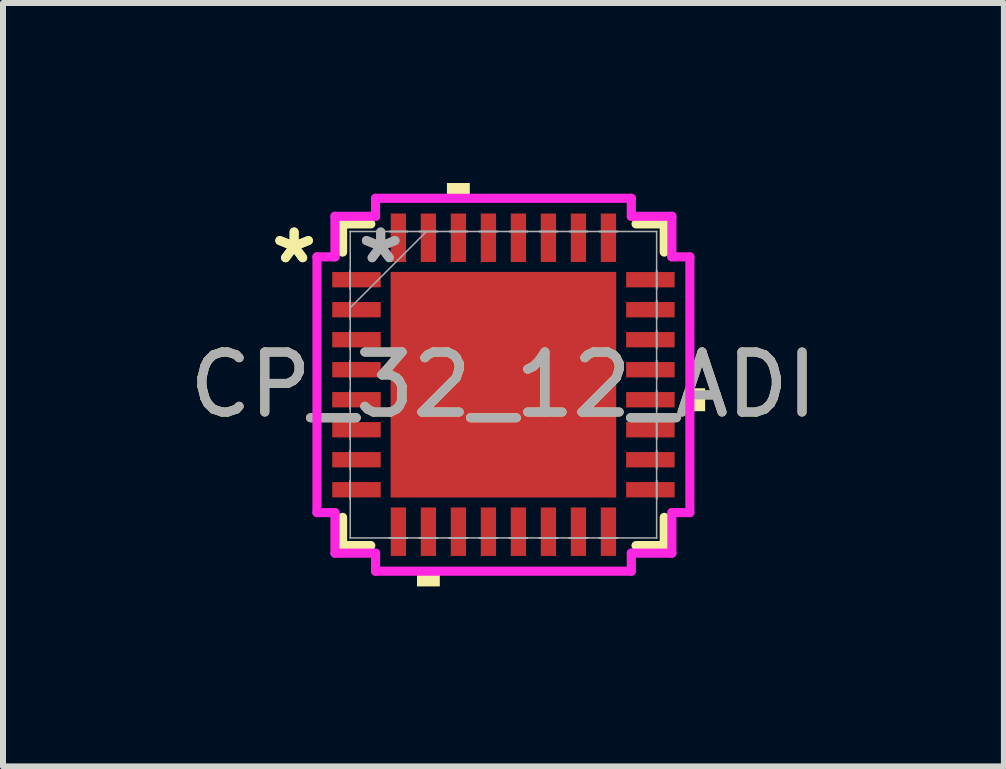
<source format=kicad_pcb>
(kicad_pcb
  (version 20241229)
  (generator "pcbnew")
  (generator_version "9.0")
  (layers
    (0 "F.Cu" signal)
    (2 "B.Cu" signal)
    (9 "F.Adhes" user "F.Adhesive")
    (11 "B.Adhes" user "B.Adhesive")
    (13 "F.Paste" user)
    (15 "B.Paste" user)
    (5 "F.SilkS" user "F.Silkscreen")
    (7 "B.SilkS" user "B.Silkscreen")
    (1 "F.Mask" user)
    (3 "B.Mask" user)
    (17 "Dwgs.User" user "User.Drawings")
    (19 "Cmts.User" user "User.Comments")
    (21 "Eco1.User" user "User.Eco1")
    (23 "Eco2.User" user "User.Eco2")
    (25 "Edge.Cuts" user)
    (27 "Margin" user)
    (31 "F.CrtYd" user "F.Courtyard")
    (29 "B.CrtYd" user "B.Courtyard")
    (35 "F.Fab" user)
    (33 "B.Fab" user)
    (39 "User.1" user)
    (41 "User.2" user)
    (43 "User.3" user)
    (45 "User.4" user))
  (footprint "CP_32_12_ADI"
    (layer "F.Cu")
    (at 5.339 3.361)
    (property "Reference" "CP_32_12_ADI" (at 0 0 0) (unlocked yes) (layer "F.SilkS") (effects (font (size 1 1) (thickness 0.15))))
    (attr smd)
    (fp_line (start -2.68 -2.68) (end -2.68 -2.21) (stroke (width 0.152) (type solid)) (layer "F.SilkS"))
    (fp_line (start -2.68 2.21) (end -2.68 2.68) (stroke (width 0.152) (type solid)) (layer "F.SilkS"))
    (fp_line (start -2.68 2.68) (end -2.21 2.68) (stroke (width 0.152) (type solid)) (layer "F.SilkS"))
    (fp_line (start -2.21 -2.68) (end -2.68 -2.68) (stroke (width 0.152) (type solid)) (layer "F.SilkS"))
    (fp_line (start 2.21 2.68) (end 2.68 2.68) (stroke (width 0.152) (type solid)) (layer "F.SilkS"))
    (fp_line (start 2.68 -2.68) (end 2.21 -2.68) (stroke (width 0.152) (type solid)) (layer "F.SilkS"))
    (fp_line (start 2.68 -2.21) (end 2.68 -2.68) (stroke (width 0.152) (type solid)) (layer "F.SilkS"))
    (fp_line (start 2.68 2.68) (end 2.68 2.21) (stroke (width 0.152) (type solid)) (layer "F.SilkS"))
    (fp_poly (pts (xy -1.44 3.107) (xy -1.44 3.361) (xy -1.06 3.361) (xy -1.06 3.107)) (stroke (width 0) (type solid)) (fill yes) (layer "F.SilkS"))
    (fp_poly (pts (xy -0.941 -3.107) (xy -0.941 -3.361) (xy -0.56 -3.361) (xy -0.56 -3.107)) (stroke (width 0) (type solid)) (fill yes) (layer "F.SilkS"))
    (fp_poly (pts (xy 3.361 0.059) (xy 3.361 0.441) (xy 3.107 0.441) (xy 3.107 0.059)) (stroke (width 0) (type solid)) (fill yes) (layer "F.SilkS"))
    (fp_poly (pts (xy -1.78 -1.78) (xy -1.78 -0.1) (xy -0.1 -0.1) (xy -0.1 -1.78)) (stroke (width 0) (type solid)) (fill yes) (layer "F.Paste"))
    (fp_poly (pts (xy -1.78 0.1) (xy -1.78 1.78) (xy -0.1 1.78) (xy -0.1 0.1)) (stroke (width 0) (type solid)) (fill yes) (layer "F.Paste"))
    (fp_poly (pts (xy 0.1 -1.78) (xy 0.1 -0.1) (xy 1.78 -0.1) (xy 1.78 -1.78)) (stroke (width 0) (type solid)) (fill yes) (layer "F.Paste"))
    (fp_poly (pts (xy 0.1 0.1) (xy 0.1 1.78) (xy 1.78 1.78) (xy 1.78 0.1)) (stroke (width 0) (type solid)) (fill yes) (layer "F.Paste"))
    (fp_line (start -3.107 -2.131) (end -2.807 -2.131) (stroke (width 0.152) (type solid)) (layer "F.CrtYd"))
    (fp_line (start -3.107 2.131) (end -3.107 -2.131) (stroke (width 0.152) (type solid)) (layer "F.CrtYd"))
    (fp_line (start -2.807 -2.807) (end -2.131 -2.807) (stroke (width 0.152) (type solid)) (layer "F.CrtYd"))
    (fp_line (start -2.807 -2.131) (end -2.807 -2.807) (stroke (width 0.152) (type solid)) (layer "F.CrtYd"))
    (fp_line (start -2.807 2.131) (end -3.107 2.131) (stroke (width 0.152) (type solid)) (layer "F.CrtYd"))
    (fp_line (start -2.807 2.807) (end -2.807 2.131) (stroke (width 0.152) (type solid)) (layer "F.CrtYd"))
    (fp_line (start -2.131 -3.107) (end 2.131 -3.107) (stroke (width 0.152) (type solid)) (layer "F.CrtYd"))
    (fp_line (start -2.131 -2.807) (end -2.131 -3.107) (stroke (width 0.152) (type solid)) (layer "F.CrtYd"))
    (fp_line (start -2.131 2.807) (end -2.807 2.807) (stroke (width 0.152) (type solid)) (layer "F.CrtYd"))
    (fp_line (start -2.131 3.107) (end -2.131 2.807) (stroke (width 0.152) (type solid)) (layer "F.CrtYd"))
    (fp_line (start 2.131 -3.107) (end 2.131 -2.807) (stroke (width 0.152) (type solid)) (layer "F.CrtYd"))
    (fp_line (start 2.131 -2.807) (end 2.807 -2.807) (stroke (width 0.152) (type solid)) (layer "F.CrtYd"))
    (fp_line (start 2.131 2.807) (end 2.131 3.107) (stroke (width 0.152) (type solid)) (layer "F.CrtYd"))
    (fp_line (start 2.131 3.107) (end -2.131 3.107) (stroke (width 0.152) (type solid)) (layer "F.CrtYd"))
    (fp_line (start 2.807 -2.807) (end 2.807 -2.131) (stroke (width 0.152) (type solid)) (layer "F.CrtYd"))
    (fp_line (start 2.807 -2.131) (end 3.107 -2.131) (stroke (width 0.152) (type solid)) (layer "F.CrtYd"))
    (fp_line (start 2.807 2.131) (end 2.807 2.807) (stroke (width 0.152) (type solid)) (layer "F.CrtYd"))
    (fp_line (start 2.807 2.807) (end 2.131 2.807) (stroke (width 0.152) (type solid)) (layer "F.CrtYd"))
    (fp_line (start 3.107 -2.131) (end 3.107 2.131) (stroke (width 0.152) (type solid)) (layer "F.CrtYd"))
    (fp_line (start 3.107 2.131) (end 2.807 2.131) (stroke (width 0.152) (type solid)) (layer "F.CrtYd"))
    (fp_line (start -2.553 -2.553) (end -2.553 -2.553) (stroke (width 0.025) (type solid)) (layer "F.Fab"))
    (fp_line (start -2.553 -2.553) (end -2.553 2.553) (stroke (width 0.025) (type solid)) (layer "F.Fab"))
    (fp_line (start -2.553 -1.902) (end -2.553 -1.902) (stroke (width 0.025) (type solid)) (layer "F.Fab"))
    (fp_line (start -2.553 -1.902) (end -2.553 -1.598) (stroke (width 0.025) (type solid)) (layer "F.Fab"))
    (fp_line (start -2.553 -1.598) (end -2.553 -1.902) (stroke (width 0.025) (type solid)) (layer "F.Fab"))
    (fp_line (start -2.553 -1.598) (end -2.553 -1.598) (stroke (width 0.025) (type solid)) (layer "F.Fab"))
    (fp_line (start -2.553 -1.402) (end -2.553 -1.402) (stroke (width 0.025) (type solid)) (layer "F.Fab"))
    (fp_line (start -2.553 -1.402) (end -2.553 -1.098) (stroke (width 0.025) (type solid)) (layer "F.Fab"))
    (fp_line (start -2.553 -1.283) (end -1.283 -2.553) (stroke (width 0.025) (type solid)) (layer "F.Fab"))
    (fp_line (start -2.553 -1.098) (end -2.553 -1.402) (stroke (width 0.025) (type solid)) (layer "F.Fab"))
    (fp_line (start -2.553 -1.098) (end -2.553 -1.098) (stroke (width 0.025) (type solid)) (layer "F.Fab"))
    (fp_line (start -2.553 -0.902) (end -2.553 -0.902) (stroke (width 0.025) (type solid)) (layer "F.Fab"))
    (fp_line (start -2.553 -0.902) (end -2.553 -0.598) (stroke (width 0.025) (type solid)) (layer "F.Fab"))
    (fp_line (start -2.553 -0.598) (end -2.553 -0.902) (stroke (width 0.025) (type solid)) (layer "F.Fab"))
    (fp_line (start -2.553 -0.598) (end -2.553 -0.598) (stroke (width 0.025) (type solid)) (layer "F.Fab"))
    (fp_line (start -2.553 -0.402) (end -2.553 -0.402) (stroke (width 0.025) (type solid)) (layer "F.Fab"))
    (fp_line (start -2.553 -0.402) (end -2.553 -0.098) (stroke (width 0.025) (type solid)) (layer "F.Fab"))
    (fp_line (start -2.553 -0.098) (end -2.553 -0.402) (stroke (width 0.025) (type solid)) (layer "F.Fab"))
    (fp_line (start -2.553 -0.098) (end -2.553 -0.098) (stroke (width 0.025) (type solid)) (layer "F.Fab"))
    (fp_line (start -2.553 0.098) (end -2.553 0.098) (stroke (width 0.025) (type solid)) (layer "F.Fab"))
    (fp_line (start -2.553 0.098) (end -2.553 0.402) (stroke (width 0.025) (type solid)) (layer "F.Fab"))
    (fp_line (start -2.553 0.402) (end -2.553 0.098) (stroke (width 0.025) (type solid)) (layer "F.Fab"))
    (fp_line (start -2.553 0.402) (end -2.553 0.402) (stroke (width 0.025) (type solid)) (layer "F.Fab"))
    (fp_line (start -2.553 0.598) (end -2.553 0.598) (stroke (width 0.025) (type solid)) (layer "F.Fab"))
    (fp_line (start -2.553 0.598) (end -2.553 0.902) (stroke (width 0.025) (type solid)) (layer "F.Fab"))
    (fp_line (start -2.553 0.902) (end -2.553 0.598) (stroke (width 0.025) (type solid)) (layer "F.Fab"))
    (fp_line (start -2.553 0.902) (end -2.553 0.902) (stroke (width 0.025) (type solid)) (layer "F.Fab"))
    (fp_line (start -2.553 1.098) (end -2.553 1.098) (stroke (width 0.025) (type solid)) (layer "F.Fab"))
    (fp_line (start -2.553 1.098) (end -2.553 1.402) (stroke (width 0.025) (type solid)) (layer "F.Fab"))
    (fp_line (start -2.553 1.402) (end -2.553 1.098) (stroke (width 0.025) (type solid)) (layer "F.Fab"))
    (fp_line (start -2.553 1.402) (end -2.553 1.402) (stroke (width 0.025) (type solid)) (layer "F.Fab"))
    (fp_line (start -2.553 1.598) (end -2.553 1.598) (stroke (width 0.025) (type solid)) (layer "F.Fab"))
    (fp_line (start -2.553 1.598) (end -2.553 1.902) (stroke (width 0.025) (type solid)) (layer "F.Fab"))
    (fp_line (start -2.553 1.902) (end -2.553 1.598) (stroke (width 0.025) (type solid)) (layer "F.Fab"))
    (fp_line (start -2.553 1.902) (end -2.553 1.902) (stroke (width 0.025) (type solid)) (layer "F.Fab"))
    (fp_line (start -2.553 2.553) (end -2.553 2.553) (stroke (width 0.025) (type solid)) (layer "F.Fab"))
    (fp_line (start -2.553 2.553) (end 2.553 2.553) (stroke (width 0.025) (type solid)) (layer "F.Fab"))
    (fp_line (start -1.902 -2.553) (end -1.902 -2.553) (stroke (width 0.025) (type solid)) (layer "F.Fab"))
    (fp_line (start -1.902 -2.553) (end -1.598 -2.553) (stroke (width 0.025) (type solid)) (layer "F.Fab"))
    (fp_line (start -1.902 2.553) (end -1.902 2.553) (stroke (width 0.025) (type solid)) (layer "F.Fab"))
    (fp_line (start -1.902 2.553) (end -1.598 2.553) (stroke (width 0.025) (type solid)) (layer "F.Fab"))
    (fp_line (start -1.598 -2.553) (end -1.902 -2.553) (stroke (width 0.025) (type solid)) (layer "F.Fab"))
    (fp_line (start -1.598 -2.553) (end -1.598 -2.553) (stroke (width 0.025) (type solid)) (layer "F.Fab"))
    (fp_line (start -1.598 2.553) (end -1.902 2.553) (stroke (width 0.025) (type solid)) (layer "F.Fab"))
    (fp_line (start -1.598 2.553) (end -1.598 2.553) (stroke (width 0.025) (type solid)) (layer "F.Fab"))
    (fp_line (start -1.402 -2.553) (end -1.402 -2.553) (stroke (width 0.025) (type solid)) (layer "F.Fab"))
    (fp_line (start -1.402 -2.553) (end -1.098 -2.553) (stroke (width 0.025) (type solid)) (layer "F.Fab"))
    (fp_line (start -1.402 2.553) (end -1.402 2.553) (stroke (width 0.025) (type solid)) (layer "F.Fab"))
    (fp_line (start -1.402 2.553) (end -1.098 2.553) (stroke (width 0.025) (type solid)) (layer "F.Fab"))
    (fp_line (start -1.098 -2.553) (end -1.402 -2.553) (stroke (width 0.025) (type solid)) (layer "F.Fab"))
    (fp_line (start -1.098 -2.553) (end -1.098 -2.553) (stroke (width 0.025) (type solid)) (layer "F.Fab"))
    (fp_line (start -1.098 2.553) (end -1.402 2.553) (stroke (width 0.025) (type solid)) (layer "F.Fab"))
    (fp_line (start -1.098 2.553) (end -1.098 2.553) (stroke (width 0.025) (type solid)) (layer "F.Fab"))
    (fp_line (start -0.902 -2.553) (end -0.902 -2.553) (stroke (width 0.025) (type solid)) (layer "F.Fab"))
    (fp_line (start -0.902 -2.553) (end -0.598 -2.553) (stroke (width 0.025) (type solid)) (layer "F.Fab"))
    (fp_line (start -0.902 2.553) (end -0.902 2.553) (stroke (width 0.025) (type solid)) (layer "F.Fab"))
    (fp_line (start -0.902 2.553) (end -0.598 2.553) (stroke (width 0.025) (type solid)) (layer "F.Fab"))
    (fp_line (start -0.598 -2.553) (end -0.902 -2.553) (stroke (width 0.025) (type solid)) (layer "F.Fab"))
    (fp_line (start -0.598 -2.553) (end -0.598 -2.553) (stroke (width 0.025) (type solid)) (layer "F.Fab"))
    (fp_line (start -0.598 2.553) (end -0.902 2.553) (stroke (width 0.025) (type solid)) (layer "F.Fab"))
    (fp_line (start -0.598 2.553) (end -0.598 2.553) (stroke (width 0.025) (type solid)) (layer "F.Fab"))
    (fp_line (start -0.402 -2.553) (end -0.402 -2.553) (stroke (width 0.025) (type solid)) (layer "F.Fab"))
    (fp_line (start -0.402 -2.553) (end -0.098 -2.553) (stroke (width 0.025) (type solid)) (layer "F.Fab"))
    (fp_line (start -0.402 2.553) (end -0.402 2.553) (stroke (width 0.025) (type solid)) (layer "F.Fab"))
    (fp_line (start -0.402 2.553) (end -0.098 2.553) (stroke (width 0.025) (type solid)) (layer "F.Fab"))
    (fp_line (start -0.098 -2.553) (end -0.402 -2.553) (stroke (width 0.025) (type solid)) (layer "F.Fab"))
    (fp_line (start -0.098 -2.553) (end -0.098 -2.553) (stroke (width 0.025) (type solid)) (layer "F.Fab"))
    (fp_line (start -0.098 2.553) (end -0.402 2.553) (stroke (width 0.025) (type solid)) (layer "F.Fab"))
    (fp_line (start -0.098 2.553) (end -0.098 2.553) (stroke (width 0.025) (type solid)) (layer "F.Fab"))
    (fp_line (start 0.098 -2.553) (end 0.098 -2.553) (stroke (width 0.025) (type solid)) (layer "F.Fab"))
    (fp_line (start 0.098 -2.553) (end 0.402 -2.553) (stroke (width 0.025) (type solid)) (layer "F.Fab"))
    (fp_line (start 0.098 2.553) (end 0.098 2.553) (stroke (width 0.025) (type solid)) (layer "F.Fab"))
    (fp_line (start 0.098 2.553) (end 0.402 2.553) (stroke (width 0.025) (type solid)) (layer "F.Fab"))
    (fp_line (start 0.402 -2.553) (end 0.098 -2.553) (stroke (width 0.025) (type solid)) (layer "F.Fab"))
    (fp_line (start 0.402 -2.553) (end 0.402 -2.553) (stroke (width 0.025) (type solid)) (layer "F.Fab"))
    (fp_line (start 0.402 2.553) (end 0.098 2.553) (stroke (width 0.025) (type solid)) (layer "F.Fab"))
    (fp_line (start 0.402 2.553) (end 0.402 2.553) (stroke (width 0.025) (type solid)) (layer "F.Fab"))
    (fp_line (start 0.598 -2.553) (end 0.598 -2.553) (stroke (width 0.025) (type solid)) (layer "F.Fab"))
    (fp_line (start 0.598 -2.553) (end 0.902 -2.553) (stroke (width 0.025) (type solid)) (layer "F.Fab"))
    (fp_line (start 0.598 2.553) (end 0.598 2.553) (stroke (width 0.025) (type solid)) (layer "F.Fab"))
    (fp_line (start 0.598 2.553) (end 0.902 2.553) (stroke (width 0.025) (type solid)) (layer "F.Fab"))
    (fp_line (start 0.902 -2.553) (end 0.598 -2.553) (stroke (width 0.025) (type solid)) (layer "F.Fab"))
    (fp_line (start 0.902 -2.553) (end 0.902 -2.553) (stroke (width 0.025) (type solid)) (layer "F.Fab"))
    (fp_line (start 0.902 2.553) (end 0.598 2.553) (stroke (width 0.025) (type solid)) (layer "F.Fab"))
    (fp_line (start 0.902 2.553) (end 0.902 2.553) (stroke (width 0.025) (type solid)) (layer "F.Fab"))
    (fp_line (start 1.098 -2.553) (end 1.098 -2.553) (stroke (width 0.025) (type solid)) (layer "F.Fab"))
    (fp_line (start 1.098 -2.553) (end 1.402 -2.553) (stroke (width 0.025) (type solid)) (layer "F.Fab"))
    (fp_line (start 1.098 2.553) (end 1.098 2.553) (stroke (width 0.025) (type solid)) (layer "F.Fab"))
    (fp_line (start 1.098 2.553) (end 1.402 2.553) (stroke (width 0.025) (type solid)) (layer "F.Fab"))
    (fp_line (start 1.402 -2.553) (end 1.098 -2.553) (stroke (width 0.025) (type solid)) (layer "F.Fab"))
    (fp_line (start 1.402 -2.553) (end 1.402 -2.553) (stroke (width 0.025) (type solid)) (layer "F.Fab"))
    (fp_line (start 1.402 2.553) (end 1.098 2.553) (stroke (width 0.025) (type solid)) (layer "F.Fab"))
    (fp_line (start 1.402 2.553) (end 1.402 2.553) (stroke (width 0.025) (type solid)) (layer "F.Fab"))
    (fp_line (start 1.598 -2.553) (end 1.598 -2.553) (stroke (width 0.025) (type solid)) (layer "F.Fab"))
    (fp_line (start 1.598 -2.553) (end 1.902 -2.553) (stroke (width 0.025) (type solid)) (layer "F.Fab"))
    (fp_line (start 1.598 2.553) (end 1.598 2.553) (stroke (width 0.025) (type solid)) (layer "F.Fab"))
    (fp_line (start 1.598 2.553) (end 1.902 2.553) (stroke (width 0.025) (type solid)) (layer "F.Fab"))
    (fp_line (start 1.902 -2.553) (end 1.598 -2.553) (stroke (width 0.025) (type solid)) (layer "F.Fab"))
    (fp_line (start 1.902 -2.553) (end 1.902 -2.553) (stroke (width 0.025) (type solid)) (layer "F.Fab"))
    (fp_line (start 1.902 2.553) (end 1.598 2.553) (stroke (width 0.025) (type solid)) (layer "F.Fab"))
    (fp_line (start 1.902 2.553) (end 1.902 2.553) (stroke (width 0.025) (type solid)) (layer "F.Fab"))
    (fp_line (start 2.553 -2.553) (end -2.553 -2.553) (stroke (width 0.025) (type solid)) (layer "F.Fab"))
    (fp_line (start 2.553 -2.553) (end 2.553 -2.553) (stroke (width 0.025) (type solid)) (layer "F.Fab"))
    (fp_line (start 2.553 -1.902) (end 2.553 -1.902) (stroke (width 0.025) (type solid)) (layer "F.Fab"))
    (fp_line (start 2.553 -1.902) (end 2.553 -1.598) (stroke (width 0.025) (type solid)) (layer "F.Fab"))
    (fp_line (start 2.553 -1.598) (end 2.553 -1.902) (stroke (width 0.025) (type solid)) (layer "F.Fab"))
    (fp_line (start 2.553 -1.598) (end 2.553 -1.598) (stroke (width 0.025) (type solid)) (layer "F.Fab"))
    (fp_line (start 2.553 -1.402) (end 2.553 -1.402) (stroke (width 0.025) (type solid)) (layer "F.Fab"))
    (fp_line (start 2.553 -1.402) (end 2.553 -1.098) (stroke (width 0.025) (type solid)) (layer "F.Fab"))
    (fp_line (start 2.553 -1.098) (end 2.553 -1.402) (stroke (width 0.025) (type solid)) (layer "F.Fab"))
    (fp_line (start 2.553 -1.098) (end 2.553 -1.098) (stroke (width 0.025) (type solid)) (layer "F.Fab"))
    (fp_line (start 2.553 -0.902) (end 2.553 -0.902) (stroke (width 0.025) (type solid)) (layer "F.Fab"))
    (fp_line (start 2.553 -0.902) (end 2.553 -0.598) (stroke (width 0.025) (type solid)) (layer "F.Fab"))
    (fp_line (start 2.553 -0.598) (end 2.553 -0.902) (stroke (width 0.025) (type solid)) (layer "F.Fab"))
    (fp_line (start 2.553 -0.598) (end 2.553 -0.598) (stroke (width 0.025) (type solid)) (layer "F.Fab"))
    (fp_line (start 2.553 -0.402) (end 2.553 -0.402) (stroke (width 0.025) (type solid)) (layer "F.Fab"))
    (fp_line (start 2.553 -0.402) (end 2.553 -0.098) (stroke (width 0.025) (type solid)) (layer "F.Fab"))
    (fp_line (start 2.553 -0.098) (end 2.553 -0.402) (stroke (width 0.025) (type solid)) (layer "F.Fab"))
    (fp_line (start 2.553 -0.098) (end 2.553 -0.098) (stroke (width 0.025) (type solid)) (layer "F.Fab"))
    (fp_line (start 2.553 0.098) (end 2.553 0.098) (stroke (width 0.025) (type solid)) (layer "F.Fab"))
    (fp_line (start 2.553 0.098) (end 2.553 0.402) (stroke (width 0.025) (type solid)) (layer "F.Fab"))
    (fp_line (start 2.553 0.402) (end 2.553 0.098) (stroke (width 0.025) (type solid)) (layer "F.Fab"))
    (fp_line (start 2.553 0.402) (end 2.553 0.402) (stroke (width 0.025) (type solid)) (layer "F.Fab"))
    (fp_line (start 2.553 0.598) (end 2.553 0.598) (stroke (width 0.025) (type solid)) (layer "F.Fab"))
    (fp_line (start 2.553 0.598) (end 2.553 0.902) (stroke (width 0.025) (type solid)) (layer "F.Fab"))
    (fp_line (start 2.553 0.902) (end 2.553 0.598) (stroke (width 0.025) (type solid)) (layer "F.Fab"))
    (fp_line (start 2.553 0.902) (end 2.553 0.902) (stroke (width 0.025) (type solid)) (layer "F.Fab"))
    (fp_line (start 2.553 1.098) (end 2.553 1.098) (stroke (width 0.025) (type solid)) (layer "F.Fab"))
    (fp_line (start 2.553 1.098) (end 2.553 1.402) (stroke (width 0.025) (type solid)) (layer "F.Fab"))
    (fp_line (start 2.553 1.402) (end 2.553 1.098) (stroke (width 0.025) (type solid)) (layer "F.Fab"))
    (fp_line (start 2.553 1.402) (end 2.553 1.402) (stroke (width 0.025) (type solid)) (layer "F.Fab"))
    (fp_line (start 2.553 1.598) (end 2.553 1.598) (stroke (width 0.025) (type solid)) (layer "F.Fab"))
    (fp_line (start 2.553 1.598) (end 2.553 1.902) (stroke (width 0.025) (type solid)) (layer "F.Fab"))
    (fp_line (start 2.553 1.902) (end 2.553 1.598) (stroke (width 0.025) (type solid)) (layer "F.Fab"))
    (fp_line (start 2.553 1.902) (end 2.553 1.902) (stroke (width 0.025) (type solid)) (layer "F.Fab"))
    (fp_line (start 2.553 2.553) (end 2.553 -2.553) (stroke (width 0.025) (type solid)) (layer "F.Fab"))
    (fp_line (start 2.553 2.553) (end 2.553 2.553) (stroke (width 0.025) (type solid)) (layer "F.Fab"))
    (fp_text user "*" (at -3.488 -2 0) (unlocked yes) (layer "F.SilkS") (effects (font (size 1 1) (thickness 0.15))))
    (fp_text user "*" (at -3.488 -2 0) (layer "F.SilkS") (effects (font (size 1 1) (thickness 0.15))))
    (fp_text user "*" (at -2.045 -2 0) (layer "F.Fab") (effects (font (size 1 1) (thickness 0.15))))
    (fp_text user "${REFERENCE}" (at 0 0 0) (unlocked yes) (layer "F.Fab") (effects (font (size 1 1) (thickness 0.15))))
    (fp_text user "*" (at -2.045 -2 0) (unlocked yes) (layer "F.Fab") (effects (font (size 1 1) (thickness 0.15))))
    (pad "1" smd rect (at -2.449 -1.75 90) (size 0.255 0.808) (layers "F.Cu" "F.Mask" "F.Paste"))
    (pad "2" smd rect (at -2.449 -1.25 90) (size 0.255 0.808) (layers "F.Cu" "F.Mask" "F.Paste"))
    (pad "3" smd rect (at -2.449 -0.75 90) (size 0.255 0.808) (layers "F.Cu" "F.Mask" "F.Paste"))
    (pad "4" smd rect (at -2.449 -0.25 90) (size 0.255 0.808) (layers "F.Cu" "F.Mask" "F.Paste"))
    (pad "5" smd rect (at -2.449 0.25 90) (size 0.255 0.808) (layers "F.Cu" "F.Mask" "F.Paste"))
    (pad "6" smd rect (at -2.449 0.75 90) (size 0.255 0.808) (layers "F.Cu" "F.Mask" "F.Paste"))
    (pad "7" smd rect (at -2.449 1.25 90) (size 0.255 0.808) (layers "F.Cu" "F.Mask" "F.Paste"))
    (pad "8" smd rect (at -2.449 1.75 90) (size 0.255 0.808) (layers "F.Cu" "F.Mask" "F.Paste"))
    (pad "9" smd rect (at -1.75 2.449) (size 0.255 0.808) (layers "F.Cu" "F.Mask" "F.Paste"))
    (pad "10" smd rect (at -1.25 2.449) (size 0.255 0.808) (layers "F.Cu" "F.Mask" "F.Paste"))
    (pad "11" smd rect (at -0.75 2.449) (size 0.255 0.808) (layers "F.Cu" "F.Mask" "F.Paste"))
    (pad "12" smd rect (at -0.25 2.449) (size 0.255 0.808) (layers "F.Cu" "F.Mask" "F.Paste"))
    (pad "13" smd rect (at 0.25 2.449) (size 0.255 0.808) (layers "F.Cu" "F.Mask" "F.Paste"))
    (pad "14" smd rect (at 0.75 2.449) (size 0.255 0.808) (layers "F.Cu" "F.Mask" "F.Paste"))
    (pad "15" smd rect (at 1.25 2.449) (size 0.255 0.808) (layers "F.Cu" "F.Mask" "F.Paste"))
    (pad "16" smd rect (at 1.75 2.449) (size 0.255 0.808) (layers "F.Cu" "F.Mask" "F.Paste"))
    (pad "17" smd rect (at 2.449 1.75 90) (size 0.255 0.808) (layers "F.Cu" "F.Mask" "F.Paste"))
    (pad "18" smd rect (at 2.449 1.25 90) (size 0.255 0.808) (layers "F.Cu" "F.Mask" "F.Paste"))
    (pad "19" smd rect (at 2.449 0.75 90) (size 0.255 0.808) (layers "F.Cu" "F.Mask" "F.Paste"))
    (pad "20" smd rect (at 2.449 0.25 90) (size 0.255 0.808) (layers "F.Cu" "F.Mask" "F.Paste"))
    (pad "21" smd rect (at 2.449 -0.25 90) (size 0.255 0.808) (layers "F.Cu" "F.Mask" "F.Paste"))
    (pad "22" smd rect (at 2.449 -0.75 90) (size 0.255 0.808) (layers "F.Cu" "F.Mask" "F.Paste"))
    (pad "23" smd rect (at 2.449 -1.25 90) (size 0.255 0.808) (layers "F.Cu" "F.Mask" "F.Paste"))
    (pad "24" smd rect (at 2.449 -1.75 90) (size 0.255 0.808) (layers "F.Cu" "F.Mask" "F.Paste"))
    (pad "25" smd rect (at 1.75 -2.449) (size 0.255 0.808) (layers "F.Cu" "F.Mask" "F.Paste"))
    (pad "26" smd rect (at 1.25 -2.449) (size 0.255 0.808) (layers "F.Cu" "F.Mask" "F.Paste"))
    (pad "27" smd rect (at 0.75 -2.449) (size 0.255 0.808) (layers "F.Cu" "F.Mask" "F.Paste"))
    (pad "28" smd rect (at 0.25 -2.449) (size 0.255 0.808) (layers "F.Cu" "F.Mask" "F.Paste"))
    (pad "29" smd rect (at -0.25 -2.449) (size 0.255 0.808) (layers "F.Cu" "F.Mask" "F.Paste"))
    (pad "30" smd rect (at -0.75 -2.449) (size 0.255 0.808) (layers "F.Cu" "F.Mask" "F.Paste"))
    (pad "31" smd rect (at -1.25 -2.449) (size 0.255 0.808) (layers "F.Cu" "F.Mask" "F.Paste"))
    (pad "32" smd rect (at -1.75 -2.449) (size 0.255 0.808) (layers "F.Cu" "F.Mask" "F.Paste"))
    (pad "33" smd rect (at 0 0) (size 3.759 3.759) (layers "F.Cu" "F.Mask" "F.Paste")))
  (gr_rect
    (start -3 -3)
    (end 13.679 9.721)
    (stroke (width 0.1) (type default))
    (fill no)
    (layer "Edge.Cuts")))
</source>
